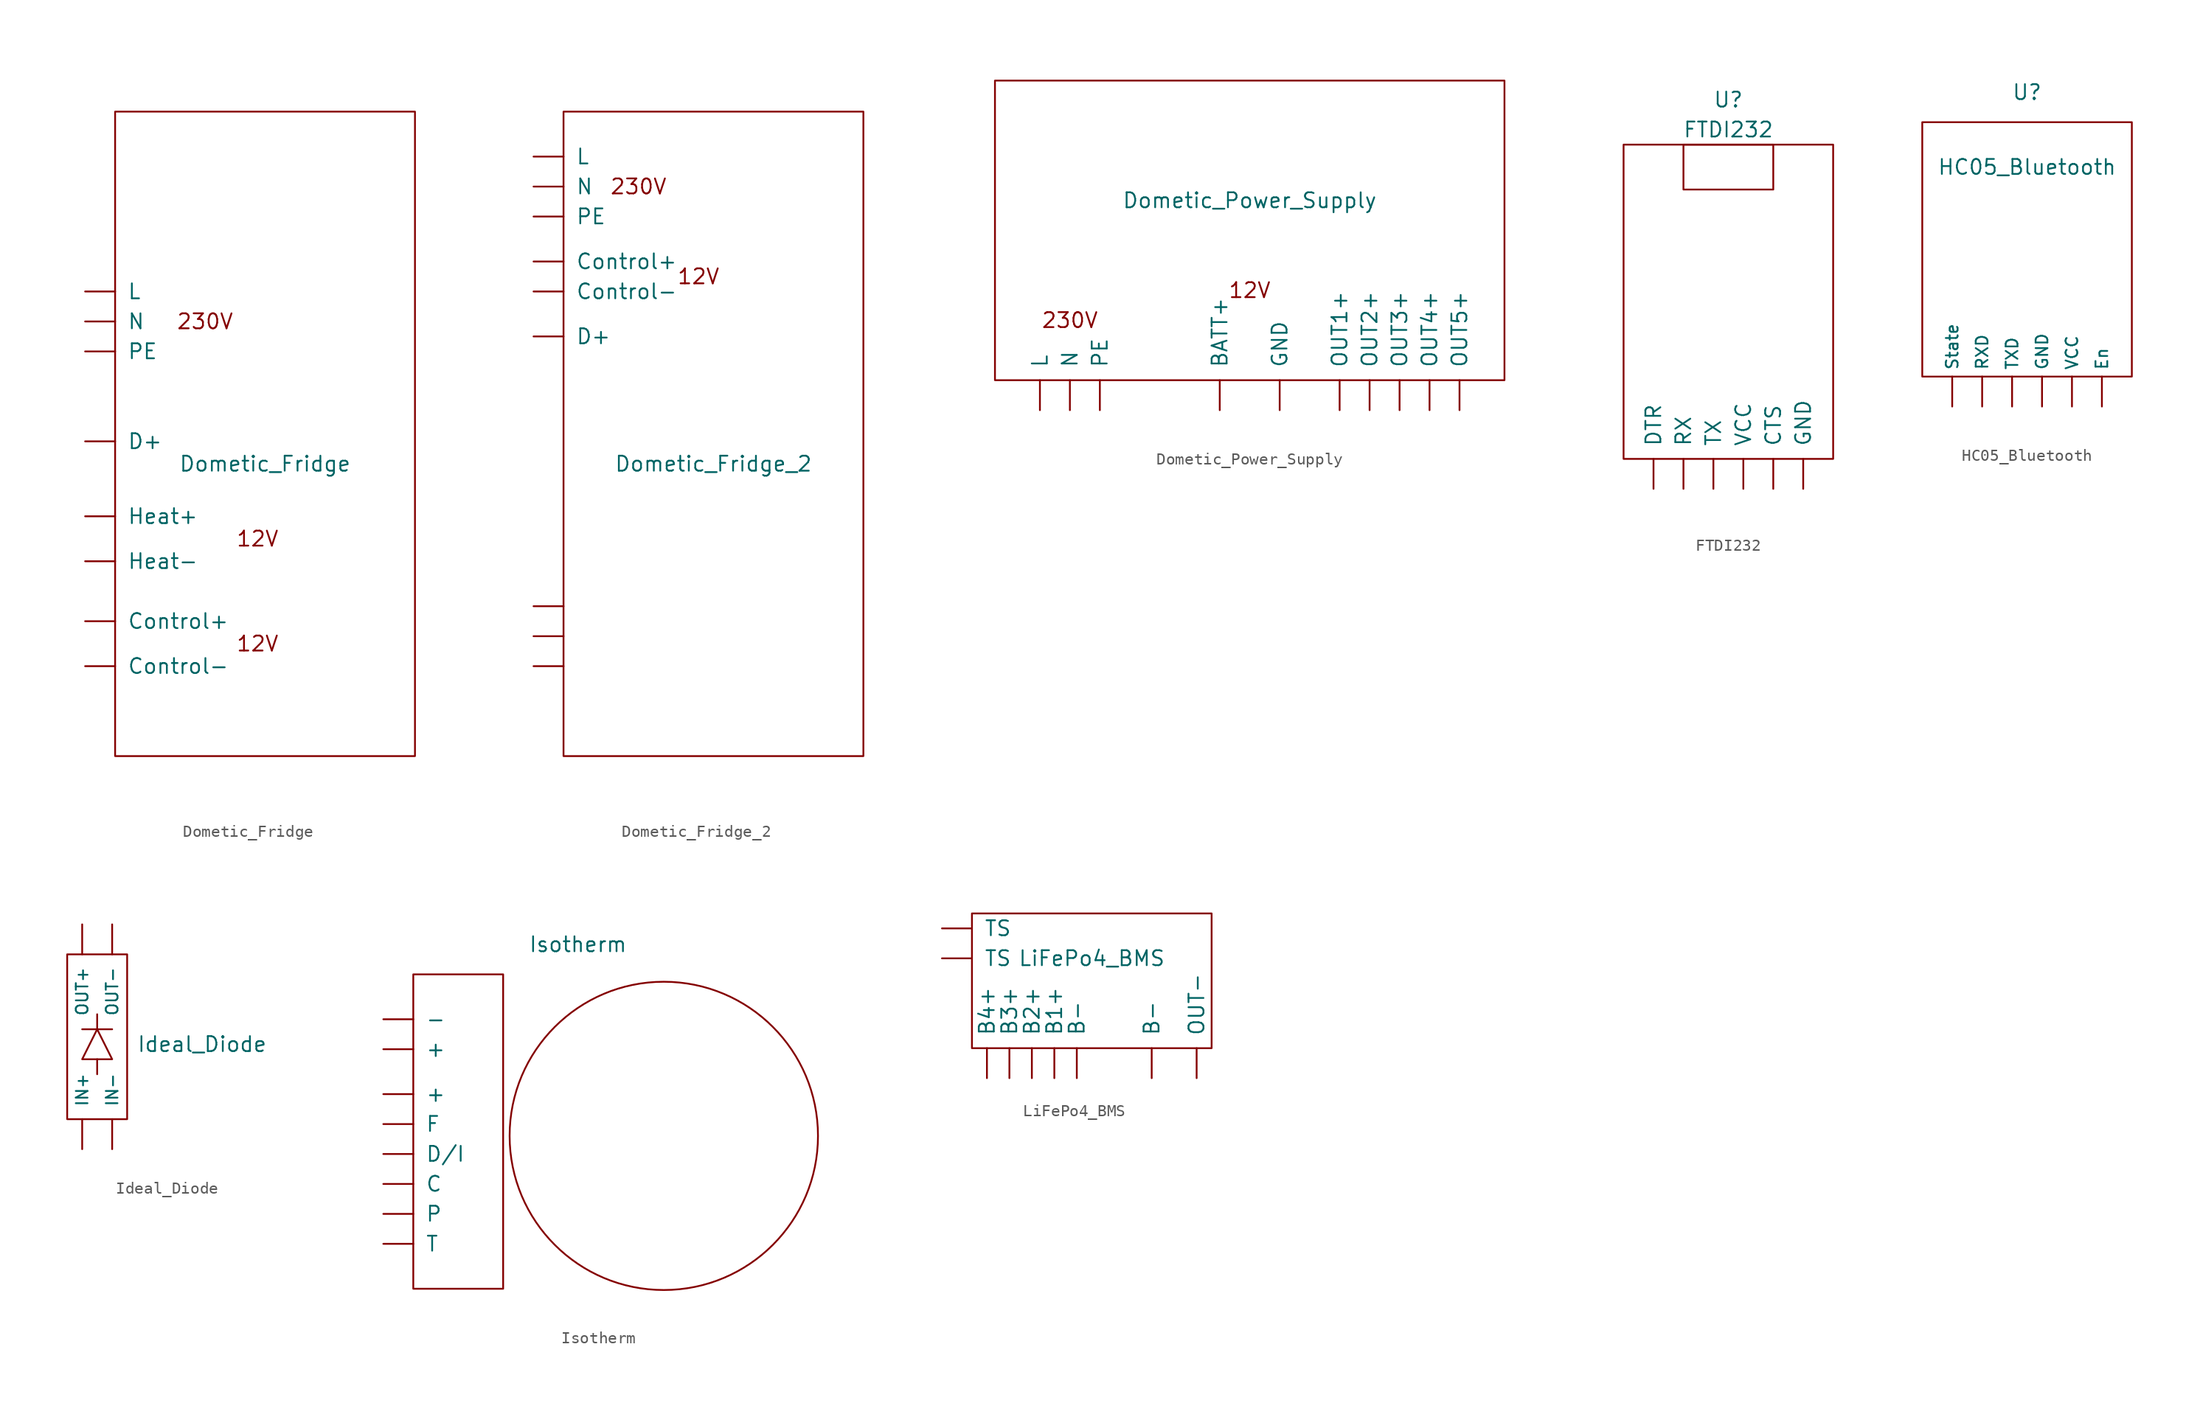
<source format=kicad_sym>
(kicad_symbol_lib
  (version 20211014)
  (generator kicad_symbol_editor)
  (symbol "Dometic_Fridge"
    (pin_names
      (offset 1.016))
    (property "Reference" "U"
      (at 0 8.89 0)
      (effects (font (size 1.27 1.27)) hide))
    (property "Value" "Dometic_Fridge"
      (at 0 -3.175 0)
      (effects (font (size 1.27 1.27))))
    (symbol "Dometic_Fridge_0_0"
      (text "12V" (at -0.635 -18.415 0) (effects (font (size 1.27 1.27))))
      (text "12V" (at -0.635 -9.525 0) (effects (font (size 1.27 1.27))))
      (text "230V" (at -5.08 8.89 0) (effects (font (size 1.27 1.27)))))
    (symbol "Dometic_Fridge_0_1"
      (rectangle (start -12.7 26.67) (end 12.7 -27.94) (stroke (width 0) (type default) (color 0 0 0 0)) (fill (type none))))
    (symbol "Dometic_Fridge_1_1"
      (pin input line (at -15.24 -16.51 0) (length 2.54) (name "Control+" (effects (font (size 1.27 1.27)))) (number "" (effects (font (size 1.27 1.27)))))
      (pin input line (at -15.24 -20.32 0) (length 2.54) (name "Control-" (effects (font (size 1.27 1.27)))) (number "" (effects (font (size 1.27 1.27)))))
      (pin input line (at -15.24 -1.27 0) (length 2.54) (name "D+" (effects (font (size 1.27 1.27)))) (number "" (effects (font (size 1.27 1.27)))))
      (pin input line (at -15.24 -7.62 0) (length 2.54) (name "Heat+" (effects (font (size 1.27 1.27)))) (number "" (effects (font (size 1.27 1.27)))))
      (pin input line (at -15.24 -11.43 0) (length 2.54) (name "Heat-" (effects (font (size 1.27 1.27)))) (number "" (effects (font (size 1.27 1.27)))))
      (pin input line (at -15.24 11.43 0) (length 2.54) (name "L" (effects (font (size 1.27 1.27)))) (number "" (effects (font (size 1.27 1.27)))))
      (pin input line (at -15.24 8.89 0) (length 2.54) (name "N" (effects (font (size 1.27 1.27)))) (number "" (effects (font (size 1.27 1.27)))))
      (pin input line (at -15.24 6.35 0) (length 2.54) (name "PE" (effects (font (size 1.27 1.27)))) (number "" (effects (font (size 1.27 1.27)))))))
  (symbol "Dometic_Fridge_2"
    (pin_names
      (offset 1.016))
    (property "Reference" "U"
      (at 0 8.89 0)
      (effects (font (size 1.27 1.27)) hide))
    (property "Value" "Dometic_Fridge_2"
      (at 0 -3.175 0)
      (effects (font (size 1.27 1.27))))
    (symbol "Dometic_Fridge_2_0_0"
      (text "12V" (at -1.27 12.7 0) (effects (font (size 1.27 1.27))))
      (text "230V" (at -6.35 20.32 0) (effects (font (size 1.27 1.27)))))
    (symbol "Dometic_Fridge_2_0_1"
      (rectangle (start -12.7 26.67) (end 12.7 -27.94) (stroke (width 0) (type default) (color 0 0 0 0)) (fill (type none))))
    (symbol "Dometic_Fridge_2_1_1"
      (pin input line (at -15.24 -20.32 0) (length 2.54) (name "" (effects (font (size 1.27 1.27)))) (number "" (effects (font (size 1.27 1.27)))))
      (pin input line (at -15.24 -17.78 0) (length 2.54) (name "" (effects (font (size 1.27 1.27)))) (number "" (effects (font (size 1.27 1.27)))))
      (pin input line (at -15.24 -15.24 0) (length 2.54) (name "" (effects (font (size 1.27 1.27)))) (number "" (effects (font (size 1.27 1.27)))))
      (pin input line (at -15.24 13.97 0) (length 2.54) (name "Control+" (effects (font (size 1.27 1.27)))) (number "" (effects (font (size 1.27 1.27)))))
      (pin input line (at -15.24 11.43 0) (length 2.54) (name "Control-" (effects (font (size 1.27 1.27)))) (number "" (effects (font (size 1.27 1.27)))))
      (pin input line (at -15.24 7.62 0) (length 2.54) (name "D+" (effects (font (size 1.27 1.27)))) (number "" (effects (font (size 1.27 1.27)))))
      (pin input line (at -15.24 22.86 0) (length 2.54) (name "L" (effects (font (size 1.27 1.27)))) (number "" (effects (font (size 1.27 1.27)))))
      (pin input line (at -15.24 20.32 0) (length 2.54) (name "N" (effects (font (size 1.27 1.27)))) (number "" (effects (font (size 1.27 1.27)))))
      (pin input line (at -15.24 17.78 0) (length 2.54) (name "PE" (effects (font (size 1.27 1.27)))) (number "" (effects (font (size 1.27 1.27)))))))
  (symbol "Dometic_Power_Supply"
    (pin_names
      (offset 1.016))
    (property "Reference" "U"
      (at 0 7.62 0)
      (effects (font (size 1.27 1.27)) hide))
    (property "Value" "Dometic_Power_Supply"
      (at 0 0 0)
      (effects (font (size 1.27 1.27))))
    (symbol "Dometic_Power_Supply_0_0"
      (text "12V" (at 0 -7.62 0) (effects (font (size 1.27 1.27))))
      (text "230V" (at -15.24 -10.16 0) (effects (font (size 1.27 1.27)))))
    (symbol "Dometic_Power_Supply_0_1"
      (rectangle (start -21.59 10.16) (end 21.59 -15.24) (stroke (width 0) (type default) (color 0 0 0 0)) (fill (type none))))
    (symbol "Dometic_Power_Supply_1_1"
      (pin input line (at -2.54 -17.78 90) (length 2.54) (name "BATT+" (effects (font (size 1.27 1.27)))) (number "~" (effects (font (size 1.27 1.27)))))
      (pin input line (at 2.54 -17.78 90) (length 2.54) (name "GND" (effects (font (size 1.27 1.27)))) (number "~" (effects (font (size 1.27 1.27)))))
      (pin input line (at -17.78 -17.78 90) (length 2.54) (name "L" (effects (font (size 1.27 1.27)))) (number "~" (effects (font (size 1.27 1.27)))))
      (pin input line (at -15.24 -17.78 90) (length 2.54) (name "N" (effects (font (size 1.27 1.27)))) (number "~" (effects (font (size 1.27 1.27)))))
      (pin output line (at 7.62 -17.78 90) (length 2.54) (name "OUT1+" (effects (font (size 1.27 1.27)))) (number "~" (effects (font (size 1.27 1.27)))))
      (pin output line (at 10.16 -17.78 90) (length 2.54) (name "OUT2+" (effects (font (size 1.27 1.27)))) (number "~" (effects (font (size 1.27 1.27)))))
      (pin output line (at 12.7 -17.78 90) (length 2.54) (name "OUT3+" (effects (font (size 1.27 1.27)))) (number "~" (effects (font (size 1.27 1.27)))))
      (pin output line (at 15.24 -17.78 90) (length 2.54) (name "OUT4+" (effects (font (size 1.27 1.27)))) (number "~" (effects (font (size 1.27 1.27)))))
      (pin output line (at 17.78 -17.78 90) (length 2.54) (name "OUT5+" (effects (font (size 1.27 1.27)))) (number "~" (effects (font (size 1.27 1.27)))))
      (pin input line (at -12.7 -17.78 90) (length 2.54) (name "PE" (effects (font (size 1.27 1.27)))) (number "~" (effects (font (size 1.27 1.27)))))))
  (symbol "FTDI232"
    (pin_names
      (offset 1.016))
    (property "Reference" "U"
      (at 0 17.78 0)
      (effects (font (size 1.27 1.27))))
    (property "Value" "FTDI232"
      (at 0 15.24 0)
      (effects (font (size 1.27 1.27))))
    (symbol "FTDI232_0_1"
      (rectangle (start -8.89 13.97) (end 8.89 -12.7) (stroke (width 0) (type default) (color 0 0 0 0)) (fill (type none)))
      (rectangle (start -3.81 13.97) (end 3.81 10.16) (stroke (width 0) (type default) (color 0 0 0 0)) (fill (type none))))
    (symbol "FTDI232_1_1"
      (pin output line (at 3.81 -15.24 90) (length 2.54) (name "CTS" (effects (font (size 1.27 1.27)))) (number "~" (effects (font (size 1.27 1.27)))))
      (pin output line (at -6.35 -15.24 90) (length 2.54) (name "DTR" (effects (font (size 1.27 1.27)))) (number "~" (effects (font (size 1.27 1.27)))))
      (pin power_out line (at 6.35 -15.24 90) (length 2.54) (name "GND" (effects (font (size 1.27 1.27)))) (number "~" (effects (font (size 1.27 1.27)))))
      (pin input line (at -3.81 -15.24 90) (length 2.54) (name "RX" (effects (font (size 1.27 1.27)))) (number "~" (effects (font (size 1.27 1.27)))))
      (pin output line (at -1.27 -15.24 90) (length 2.54) (name "TX" (effects (font (size 1.27 1.27)))) (number "~" (effects (font (size 1.27 1.27)))))
      (pin power_out line (at 1.27 -15.24 90) (length 2.54) (name "VCC" (effects (font (size 1.27 1.27)))) (number "~" (effects (font (size 1.27 1.27)))))))
  (symbol "HC05_Bluetooth"
    (property "Reference" "U"
      (at 0 13.97 0)
      (effects (font (size 1.27 1.27))))
    (property "Value" "HC05_Bluetooth"
      (at 0 7.62 0)
      (effects (font (size 1.27 1.27))))
    (symbol "HC05_Bluetooth_0_1"
      (polyline (pts (xy -8.89 11.43) (xy 8.89 11.43) (xy 8.89 -10.16) (xy -8.89 -10.16) (xy -8.89 11.43)) (stroke (width 0) (type default) (color 0 0 0 0)) (fill (type none))))
    (symbol "HC05_Bluetooth_1_1"
      (pin input line (at 6.35 -12.7 90) (length 2.54) (name "En" (effects (font (size 1 1)))) (number "" (effects (font (size 1.27 1.27)))))
      (pin input line (at 1.27 -12.7 90) (length 2.54) (name "GND" (effects (font (size 1 1)))) (number "" (effects (font (size 1.27 1.27)))))
      (pin input line (at -3.81 -12.7 90) (length 2.54) (name "RXD" (effects (font (size 1 1)))) (number "" (effects (font (size 1.27 1.27)))))
      (pin output line (at -6.35 -12.7 90) (length 2.54) (name "State" (effects (font (size 1 1)))) (number "" (effects (font (size 1.27 1.27)))))
      (pin output line (at -1.27 -12.7 90) (length 2.54) (name "TXD" (effects (font (size 1 1)))) (number "" (effects (font (size 1.27 1.27)))))
      (pin input line (at 3.81 -12.7 90) (length 2.54) (name "VCC" (effects (font (size 1 1)))) (number "" (effects (font (size 1.27 1.27)))))))
  (symbol "Ideal_Diode"
    (pin_names
      (offset 1.016))
    (property "Reference" "U"
      (at 0 0 0)
      (effects (font (size 1.27 1.27)) hide))
    (property "Value" "Ideal_Diode"
      (at 8.89 0 0)
      (effects (font (size 1.27 1.27))))
    (symbol "Ideal_Diode_0_1"
      (rectangle (start -2.54 7.62) (end 2.54 -6.35) (stroke (width 0) (type default) (color 0 0 0 0)) (fill (type none)))
      (polyline (pts (xy -1.27 1.27) (xy 1.27 1.27)) (stroke (width 0) (type default) (color 0 0 0 0)) (fill (type none)))
      (polyline (pts (xy 0 -1.27) (xy 0 -2.54)) (stroke (width 0) (type default) (color 0 0 0 0)) (fill (type none)))
      (polyline (pts (xy 0 1.27) (xy 0 2.54)) (stroke (width 0) (type default) (color 0 0 0 0)) (fill (type none)))
      (polyline (pts (xy 0 1.27) (xy -1.27 -1.27) (xy 1.27 -1.27) (xy 0 1.27)) (stroke (width 0) (type default) (color 0 0 0 0)) (fill (type none))))
    (symbol "Ideal_Diode_1_1"
      (pin input line (at -1.27 -8.89 90) (length 2.54) (name "IN+" (effects (font (size 0.991 0.991)))) (number "~" (effects (font (size 1.27 1.27)))))
      (pin input line (at 1.27 -8.89 90) (length 2.54) (name "IN-" (effects (font (size 0.991 0.991)))) (number "~" (effects (font (size 1.27 1.27)))))
      (pin output line (at -1.27 10.16 270) (length 2.54) (name "OUT+" (effects (font (size 0.991 0.991)))) (number "~" (effects (font (size 1.27 1.27)))))
      (pin output line (at 1.27 10.16 270) (length 2.54) (name "OUT-" (effects (font (size 0.991 0.991)))) (number "~" (effects (font (size 1.27 1.27)))))))
  (symbol "Isotherm"
    (pin_names
      (offset 1.016))
    (property "Reference" "U"
      (at 0 8.89 0)
      (effects (font (size 1.27 1.27)) hide))
    (property "Value" "Isotherm"
      (at 1.27 17.78 0)
      (effects (font (size 1.27 1.27))))
    (symbol "Isotherm_0_1"
      (rectangle (start -12.7 15.24) (end -5.08 -11.43) (stroke (width 0) (type default) (color 0 0 0 0)) (fill (type none)))
      (circle (center 8.544 1.537) (radius 13.075) (stroke (width 0.152) (type default) (color 0 0 0 0)) (fill (type none))))
    (symbol "Isotherm_1_1"
      (pin input line (at -15.24 5.08 0) (length 2.54) (name "+" (effects (font (size 1.27 1.27)))) (number "" (effects (font (size 1.27 1.27)))))
      (pin input line (at -15.24 8.89 0) (length 2.54) (name "+" (effects (font (size 1.27 1.27)))) (number "" (effects (font (size 1.27 1.27)))))
      (pin input line (at -15.24 11.43 0) (length 2.54) (name "-" (effects (font (size 1.27 1.27)))) (number "" (effects (font (size 1.27 1.27)))))
      (pin input line (at -15.24 -2.54 0) (length 2.54) (name "C" (effects (font (size 1.27 1.27)))) (number "" (effects (font (size 1.27 1.27)))))
      (pin input line (at -15.24 0 0) (length 2.54) (name "D/I" (effects (font (size 1.27 1.27)))) (number "" (effects (font (size 1.27 1.27)))))
      (pin input line (at -15.24 2.54 0) (length 2.54) (name "F" (effects (font (size 1.27 1.27)))) (number "" (effects (font (size 1.27 1.27)))))
      (pin input line (at -15.24 -5.08 0) (length 2.54) (name "P" (effects (font (size 1.27 1.27)))) (number "" (effects (font (size 1.27 1.27)))))
      (pin input line (at -15.24 -7.62 0) (length 2.54) (name "T" (effects (font (size 1.27 1.27)))) (number "" (effects (font (size 1.27 1.27)))))))
  (symbol "LiFePo4_BMS"
    (pin_names
      (offset 1.016))
    (property "Reference" "U"
      (at 0 3.81 0)
      (effects (font (size 1.27 1.27)) hide))
    (property "Value" "LiFePo4_BMS"
      (at 0 1.27 0)
      (effects (font (size 1.27 1.27))))
    (symbol "LiFePo4_BMS_0_1"
      (rectangle (start -10.16 5.08) (end 10.16 -6.35) (stroke (width 0) (type default) (color 0 0 0 0)) (fill (type none))))
    (symbol "LiFePo4_BMS_1_1"
      (pin input line (at -1.27 -8.89 90) (length 2.54) (name "B-" (effects (font (size 1.27 1.27)))) (number "~" (effects (font (size 1.27 1.27)))))
      (pin input line (at 5.08 -8.89 90) (length 2.54) (name "B-" (effects (font (size 1.27 1.27)))) (number "~" (effects (font (size 1.27 1.27)))))
      (pin input line (at -3.175 -8.89 90) (length 2.54) (name "B1+" (effects (font (size 1.27 1.27)))) (number "~" (effects (font (size 1.27 1.27)))))
      (pin input line (at -5.08 -8.89 90) (length 2.54) (name "B2+" (effects (font (size 1.27 1.27)))) (number "~" (effects (font (size 1.27 1.27)))))
      (pin input line (at -6.985 -8.89 90) (length 2.54) (name "B3+" (effects (font (size 1.27 1.27)))) (number "~" (effects (font (size 1.27 1.27)))))
      (pin input line (at -8.89 -8.89 90) (length 2.54) (name "B4+" (effects (font (size 1.27 1.27)))) (number "~" (effects (font (size 1.27 1.27)))))
      (pin output line (at 8.89 -8.89 90) (length 2.54) (name "OUT-" (effects (font (size 1.27 1.27)))) (number "~" (effects (font (size 1.27 1.27)))))
      (pin input line (at -12.7 1.27 0) (length 2.54) (name "TS" (effects (font (size 1.27 1.27)))) (number "~" (effects (font (size 1.27 1.27)))))
      (pin input line (at -12.7 3.81 0) (length 2.54) (name "TS" (effects (font (size 1.27 1.27)))) (number "~" (effects (font (size 1.27 1.27))))))))
</source>
